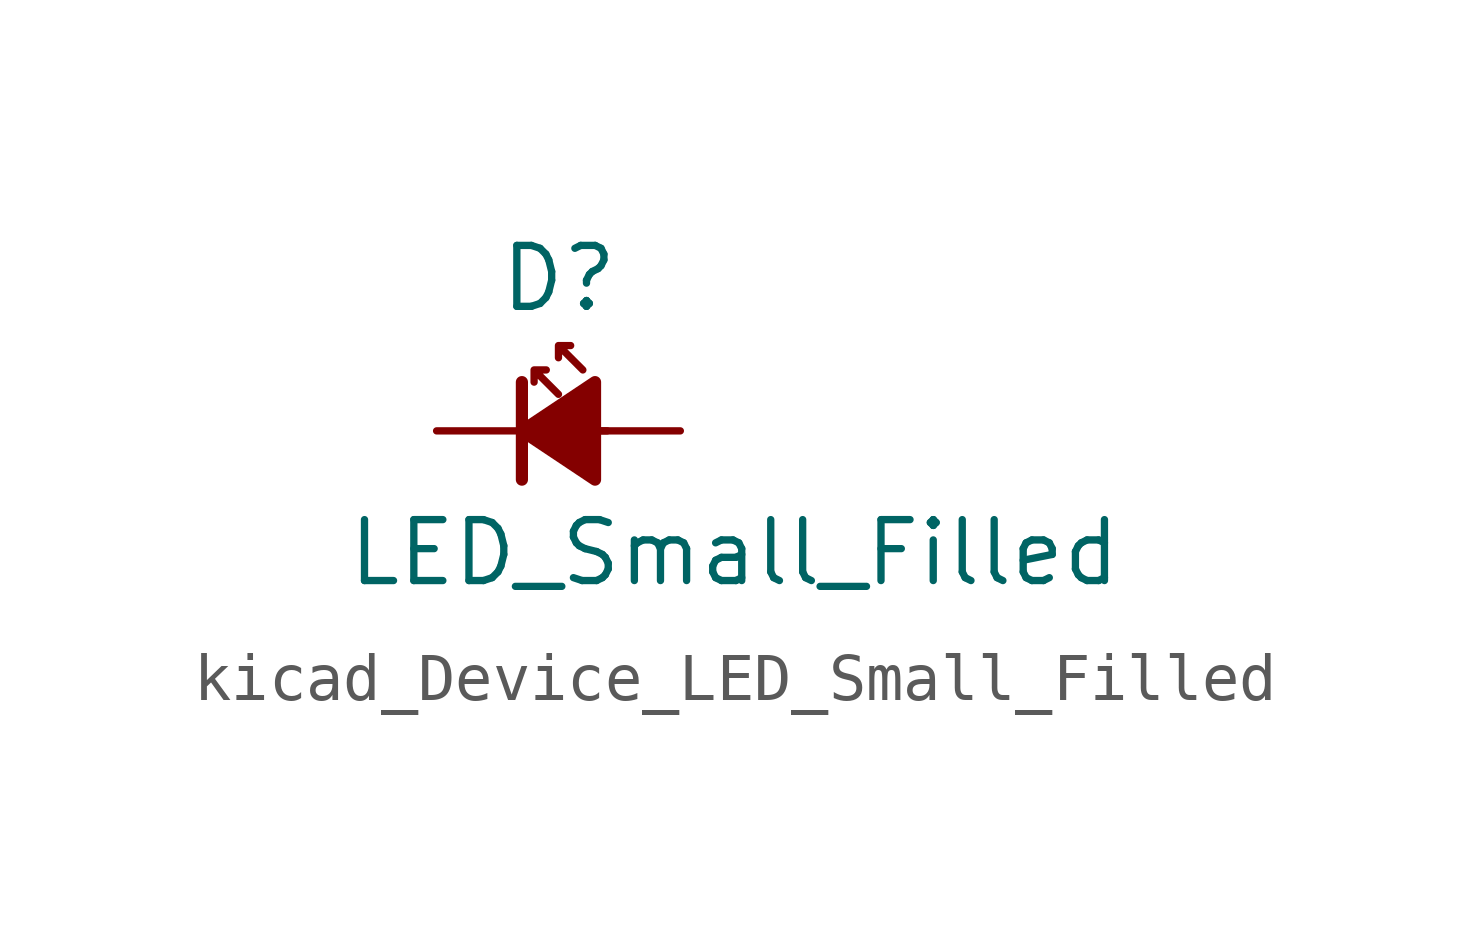
<source format=kicad_sym>
(kicad_symbol_lib
  (version 20220914)
  (generator kicad_symbol_editor)
  (symbol "kicad_Device_LED_Small_Filled"
    (pin_numbers hide)
    (pin_names
      (offset 0.254) hide)
    (property "Reference" "D"
      (at -1.27 3.175 0)
      (effects (font (size 1.27 1.27)) (justify left)))
    (property "Value" "LED_Small_Filled"
      (at -4.445 -2.54 0)
      (effects (font (size 1.27 1.27)) (justify left)))
    (symbol "kicad_Device_LED_Small_Filled_0_1"
      (polyline (pts (xy -0.762 -1.016) (xy -0.762 1.016)) (stroke (width 0.254) (type default)) (fill (type none)))
      (polyline (pts (xy 1.016 0) (xy -0.762 0)) (stroke (width 0) (type default)) (fill (type none)))
      (polyline (pts (xy 0.762 -1.016) (xy -0.762 0) (xy 0.762 1.016) (xy 0.762 -1.016)) (stroke (width 0.254) (type default)) (fill (type outline)))
      (polyline (pts (xy 0 0.762) (xy -0.508 1.27) (xy -0.254 1.27) (xy -0.508 1.27) (xy -0.508 1.016)) (stroke (width 0) (type default)) (fill (type none)))
      (polyline (pts (xy 0.508 1.27) (xy 0 1.778) (xy 0.254 1.778) (xy 0 1.778) (xy 0 1.524)) (stroke (width 0) (type default)) (fill (type none))))
    (symbol "kicad_Device_LED_Small_Filled_1_1"
      (pin passive line (at -2.54 0 0) (length 1.778) (name "K" (effects (font (size 1.27 1.27)))) (number "1" (effects (font (size 1.27 1.27)))))
      (pin passive line (at 2.54 0 180) (length 1.778) (name "A" (effects (font (size 1.27 1.27)))) (number "2" (effects (font (size 1.27 1.27))))))))
</source>
